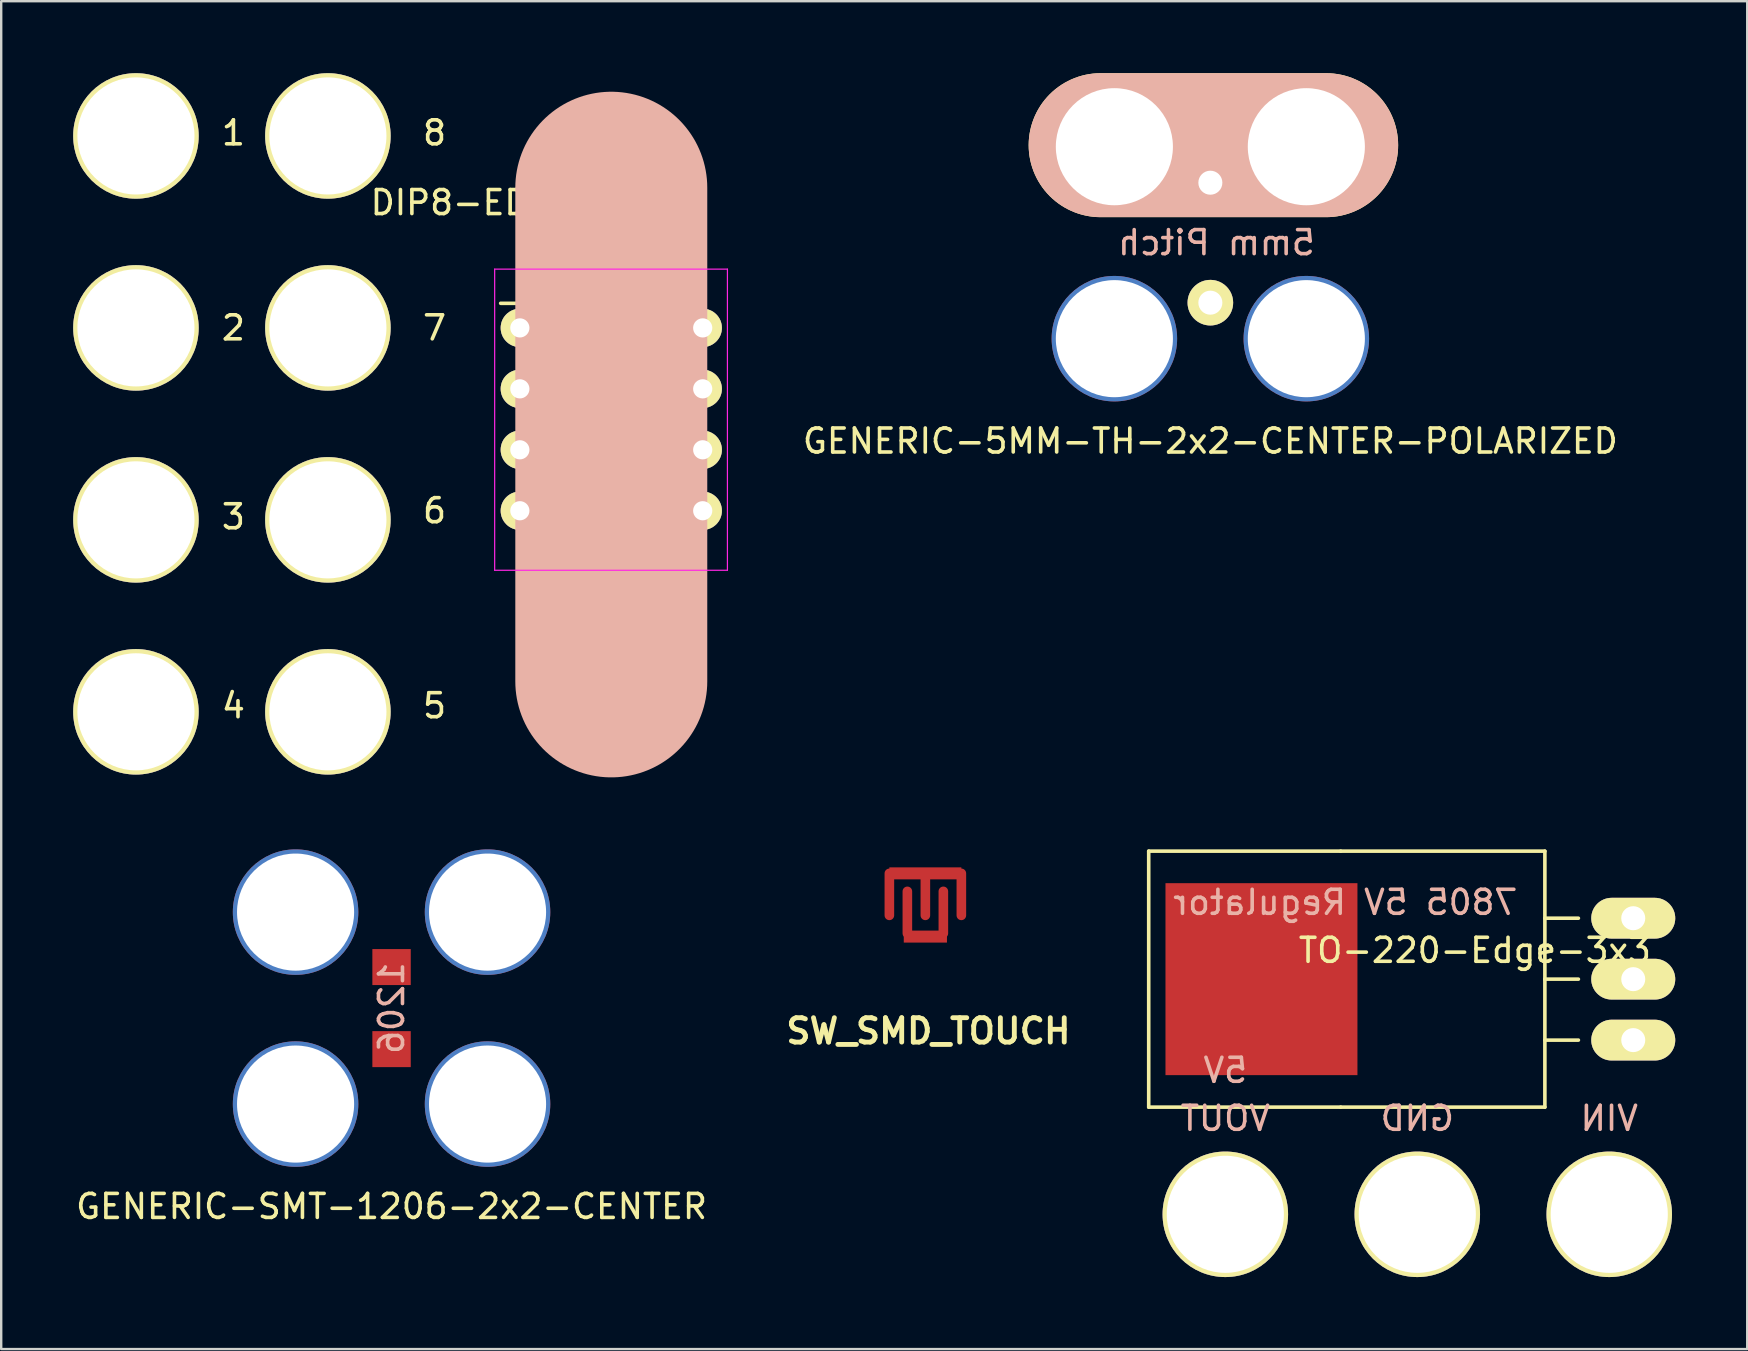
<source format=kicad_pcb>
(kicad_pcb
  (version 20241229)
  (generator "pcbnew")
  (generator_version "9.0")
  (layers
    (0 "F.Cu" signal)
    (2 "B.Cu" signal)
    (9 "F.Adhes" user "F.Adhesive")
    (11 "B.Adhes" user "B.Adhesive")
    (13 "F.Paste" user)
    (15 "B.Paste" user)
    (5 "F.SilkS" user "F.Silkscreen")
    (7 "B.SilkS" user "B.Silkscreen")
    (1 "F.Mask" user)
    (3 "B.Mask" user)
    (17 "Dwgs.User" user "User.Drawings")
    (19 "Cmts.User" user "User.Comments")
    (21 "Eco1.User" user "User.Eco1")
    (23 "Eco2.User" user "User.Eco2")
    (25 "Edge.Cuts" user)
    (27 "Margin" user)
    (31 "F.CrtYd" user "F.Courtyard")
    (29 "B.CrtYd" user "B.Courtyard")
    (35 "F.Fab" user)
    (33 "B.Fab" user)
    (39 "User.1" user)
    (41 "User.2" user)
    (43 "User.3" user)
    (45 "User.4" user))
  (footprint "GENERIC-5MM-TH-2x2-CENTER-POLARIZED"
    (layer "F.Cu")
    (at 47.391 7.064)
    (property "Reference" "GENERIC-5MM-TH-2x2-CENTER-POLARIZED" (at 0 8.267 0) (layer "F.SilkS") (effects (font (size 1 1) (thickness 0.15))))
    (attr through_hole)
    (fp_line (start 4.826 -4.064) (end -4.572 -4.064) (stroke (width 6) (type solid)) (layer "F.SilkS"))
    (fp_line (start 4.826 -4.064) (end -4.572 -4.064) (stroke (width 6) (type solid)) (layer "B.SilkS"))
    (fp_text user "5mm Pitch" (at 0.254 0 0) (layer "B.SilkS") (effects (font (size 1 1) (thickness 0.15)) (justify mirror)))
    (pad "+" thru_hole circle (at -4 -4) (size 5.23 5.23) (drill 4.88) (layers "*.Cu" "*.Mask"))
    (pad "+" thru_hole circle (at 0 -2.5) (size 2 2) (drill 1.001) (layers "*.Cu" "*.Mask" "F.SilkS"))
    (pad "+" thru_hole circle (at 4 -4) (size 5.23 5.23) (drill 4.88) (layers "*.Cu" "*.Mask"))
    (pad "-" thru_hole circle (at -4 4) (size 5.23 5.23) (drill 4.88) (layers "*.Cu" "*.Mask"))
    (pad "-" thru_hole circle (at 0 2.5 270) (size 1.9 1.9) (drill 1.001) (layers "*.Cu" "*.Mask" "F.SilkS"))
    (pad "-" thru_hole circle (at 4 4) (size 5.23 5.23) (drill 4.88) (layers "*.Cu" "*.Mask")))
  (footprint "GENERIC-SMT-1206-2x2-CENTER"
    (layer "F.Cu")
    (at 13.268 38.962)
    (property "Reference" "GENERIC-SMT-1206-2x2-CENTER" (at 0 8.267 0) (layer "F.SilkS") (effects (font (size 1 1) (thickness 0.15))))
    (attr through_hole)
    (fp_text user "1206" (at 0 0 90) (layer "B.SilkS") (effects (font (size 1 1) (thickness 0.15)) (justify mirror)))
    (pad "1" thru_hole circle (at -4 -4) (size 5.23 5.23) (drill 4.88) (layers "*.Cu" "*.Mask"))
    (pad "1" smd rect (at 0 -1.71) (size 1.6 1.5) (layers "F.Cu" "F.Mask" "F.Paste"))
    (pad "1" smd rect (at 0 1.71) (size 1.6 1.5) (layers "F.Cu" "F.Mask" "F.Paste"))
    (pad "1" thru_hole circle (at 4 -4) (size 5.23 5.23) (drill 4.88) (layers "*.Cu" "*.Mask"))
    (pad "2" thru_hole circle (at -4 4) (size 5.23 5.23) (drill 4.88) (layers "*.Cu" "*.Mask"))
    (pad "2" thru_hole circle (at 4 4) (size 5.23 5.23) (drill 4.88) (layers "*.Cu" "*.Mask")))
  (footprint "DIP8-EDGE-4x4"
    (layer "F.Cu")
    (at 18.615 10.615)
    (property "Reference" "DIP8-EDGE-4x4" (at 0 -5.22 0) (layer "F.SilkS") (effects (font (size 1 1) (thickness 0.15))))
    (attr through_hole)
    (fp_line (start 0.135 -2.295) (end 0.135 -1.025) (stroke (width 0.15) (type solid)) (layer "F.SilkS"))
    (fp_line (start 0.135 -2.295) (end 7.485 -2.295) (stroke (width 0.15) (type solid)) (layer "F.SilkS"))
    (fp_line (start 0.135 -1.025) (end -0.8 -1.025) (stroke (width 0.15) (type solid)) (layer "F.SilkS"))
    (fp_line (start 0.135 9.915) (end 0.135 8.645) (stroke (width 0.15) (type solid)) (layer "F.SilkS"))
    (fp_line (start 0.135 9.915) (end 7.485 9.915) (stroke (width 0.15) (type solid)) (layer "F.SilkS"))
    (fp_line (start 7.485 -2.295) (end 7.485 -1.025) (stroke (width 0.15) (type solid)) (layer "F.SilkS"))
    (fp_line (start 7.485 9.915) (end 7.485 8.645) (stroke (width 0.15) (type solid)) (layer "F.SilkS"))
    (fp_line (start 3.81 14.732) (end 3.81 -5.842) (stroke (width 8) (type solid)) (layer "B.SilkS"))
    (fp_line (start -1.05 -2.45) (end -1.05 10.1) (stroke (width 0.05) (type solid)) (layer "F.CrtYd"))
    (fp_line (start -1.05 -2.45) (end 8.65 -2.45) (stroke (width 0.05) (type solid)) (layer "F.CrtYd"))
    (fp_line (start -1.05 10.1) (end 8.65 10.1) (stroke (width 0.05) (type solid)) (layer "F.CrtYd"))
    (fp_line (start 8.65 -2.45) (end 8.65 10.1) (stroke (width 0.05) (type solid)) (layer "F.CrtYd"))
    (fp_text user "1" (at -11.938 -8.128 0) (layer "F.SilkS") (effects (font (size 1 1) (thickness 0.15))))
    (fp_text user "3" (at -11.938 7.874 0) (layer "F.SilkS") (effects (font (size 1 1) (thickness 0.15))))
    (fp_text user "6" (at -3.556 7.62 0) (layer "F.SilkS") (effects (font (size 1 1) (thickness 0.15))))
    (fp_text user "4" (at -11.938 15.748 0) (layer "F.SilkS") (effects (font (size 1 1) (thickness 0.15))))
    (fp_text user "5" (at -3.556 15.748 0) (layer "F.SilkS") (effects (font (size 1 1) (thickness 0.15))))
    (fp_text user "2" (at -11.938 0 0) (layer "F.SilkS") (effects (font (size 1 1) (thickness 0.15))))
    (fp_text user "8" (at -3.556 -8.128 0) (layer "F.SilkS") (effects (font (size 1 1) (thickness 0.15))))
    (fp_text user "7" (at -3.556 0 0) (layer "F.SilkS") (effects (font (size 1 1) (thickness 0.15))))
    (pad "1" thru_hole circle (at -16 -8) (size 5.23 5.23) (drill 4.88) (layers "*.Cu" "*.Mask" "F.SilkS"))
    (pad "1" thru_hole oval (at 0 0) (size 1.6 1.6) (drill 0.8) (layers "*.Cu" "*.Mask" "F.SilkS"))
    (pad "2" thru_hole circle (at -16 0) (size 5.23 5.23) (drill 4.88) (layers "*.Cu" "*.Mask" "F.SilkS"))
    (pad "2" thru_hole oval (at 0 2.54) (size 1.6 1.6) (drill 0.8) (layers "*.Cu" "*.Mask" "F.SilkS"))
    (pad "3" thru_hole circle (at -16 8) (size 5.23 5.23) (drill 4.88) (layers "*.Cu" "*.Mask" "F.SilkS"))
    (pad "3" thru_hole oval (at 0 5.08) (size 1.6 1.6) (drill 0.8) (layers "*.Cu" "*.Mask" "F.SilkS"))
    (pad "4" thru_hole circle (at -16 16) (size 5.23 5.23) (drill 4.88) (layers "*.Cu" "*.Mask" "F.SilkS"))
    (pad "4" thru_hole oval (at 0 7.62) (size 1.6 1.6) (drill 0.8) (layers "*.Cu" "*.Mask" "F.SilkS"))
    (pad "5" thru_hole circle (at -8 16) (size 5.23 5.23) (drill 4.88) (layers "*.Cu" "*.Mask" "F.SilkS"))
    (pad "5" thru_hole oval (at 7.62 7.62) (size 1.6 1.6) (drill 0.8) (layers "*.Cu" "*.Mask" "F.SilkS"))
    (pad "6" thru_hole circle (at -8 8) (size 5.23 5.23) (drill 4.88) (layers "*.Cu" "*.Mask" "F.SilkS"))
    (pad "6" thru_hole oval (at 7.62 5.08) (size 1.6 1.6) (drill 0.8) (layers "*.Cu" "*.Mask" "F.SilkS"))
    (pad "7" thru_hole circle (at -8 0) (size 5.23 5.23) (drill 4.88) (layers "*.Cu" "*.Mask" "F.SilkS"))
    (pad "7" thru_hole oval (at 7.62 2.54) (size 1.6 1.6) (drill 0.8) (layers "*.Cu" "*.Mask" "F.SilkS"))
    (pad "8" thru_hole circle (at -8 -8) (size 5.23 5.23) (drill 4.88) (layers "*.Cu" "*.Mask" "F.SilkS"))
    (pad "8" thru_hole oval (at 7.62 0) (size 1.6 1.6) (drill 0.8) (layers "*.Cu" "*.Mask" "F.SilkS")))
  (footprint "TO-220-Edge-3x3"
    (layer "F.Cu")
    (at 56.015 39.556)
    (property "Reference" "TO-220-Edge-3x3" (at 2.4 -3 0) (layer "F.SilkS") (effects (font (size 1 1) (thickness 0.15))))
    (attr through_hole)
    (fp_line (start -11.193 -7.134) (end -11.193 3.534) (stroke (width 0.15) (type solid)) (layer "F.SilkS"))
    (fp_line (start -11.193 3.534) (end -3.192 3.534) (stroke (width 0.15) (type solid)) (layer "F.SilkS"))
    (fp_line (start -3.192 -7.134) (end -11.193 -7.134) (stroke (width 0.15) (type solid)) (layer "F.SilkS"))
    (fp_line (start -3.192 3.534) (end 5.317 3.534) (stroke (width 0.15) (type solid)) (layer "F.SilkS"))
    (fp_line (start 5.317 -7.134) (end -3.192 -7.134) (stroke (width 0.15) (type solid)) (layer "F.SilkS"))
    (fp_line (start 5.317 -4.34) (end 6.714 -4.34) (stroke (width 0.15) (type solid)) (layer "F.SilkS"))
    (fp_line (start 5.317 -1.8) (end 5.317 -7.134) (stroke (width 0.15) (type solid)) (layer "F.SilkS"))
    (fp_line (start 5.317 -1.8) (end 5.317 3.534) (stroke (width 0.15) (type solid)) (layer "F.SilkS"))
    (fp_line (start 5.317 -1.8) (end 6.714 -1.8) (stroke (width 0.15) (type solid)) (layer "F.SilkS"))
    (fp_line (start 5.317 0.74) (end 6.714 0.74) (stroke (width 0.15) (type solid)) (layer "F.SilkS"))
    (fp_text user "7805 5V Regulator" (at -3 -5 0) (layer "B.SilkS") (effects (font (size 1 1) (thickness 0.15)) (justify mirror)))
    (fp_text user "VOUT" (at -8 4 0) (layer "B.SilkS") (effects (font (size 1 1) (thickness 0.15)) (justify mirror)))
    (fp_text user "5V" (at -8 2 0) (layer "B.SilkS") (effects (font (size 1 1) (thickness 0.15)) (justify mirror)))
    (fp_text user "GND" (at 0 4 0) (layer "B.SilkS") (effects (font (size 1 1) (thickness 0.15)) (justify mirror)))
    (fp_text user "VIN" (at 8 4 0) (layer "B.SilkS") (effects (font (size 1 1) (thickness 0.15)) (justify mirror)))
    (pad "1" thru_hole circle (at 8 8 90) (size 5.23 5.23) (drill 4.88) (layers "*.Cu" "*.Mask" "F.SilkS"))
    (pad "1" thru_hole oval (at 9 0.74 180) (size 3.5 1.699) (drill 1.001) (layers "*.Cu" "*.Mask" "F.SilkS"))
    (pad "2" thru_hole circle (at 0 8 90) (size 5.23 5.23) (drill 4.88) (layers "*.Cu" "*.Mask" "F.SilkS"))
    (pad "2" thru_hole oval (at 9 -1.8 180) (size 3.5 1.699) (drill 1.001) (layers "*.Cu" "*.Mask" "F.SilkS"))
    (pad "3" thru_hole circle (at -8 8 90) (size 5.23 5.23) (drill 4.88) (layers "*.Cu" "*.Mask" "F.SilkS"))
    (pad "3" thru_hole oval (at 9 -4.34 180) (size 3.5 1.699) (drill 1.001) (layers "*.Cu" "*.Mask" "F.SilkS"))
    (pad "GND" smd rect (at -6.494 -1.8 180) (size 8 8) (layers "F.Cu" "F.Mask" "F.Paste")))
  (footprint "SW_SMD_TOUCH"
    (layer "F.Cu")
    (at 35.514 35.347)
    (property "Reference" "SW_SMD_TOUCH" (at 0.127 4.572 0) (layer "F.SilkS") (effects (font (size 1.016 1.016) (thickness 0.203))))
    (attr through_hole)
    (fp_line (start -1.5 -2) (end -1.5 -0.25) (stroke (width 0.4) (type solid)) (layer "F.Cu"))
    (fp_line (start -0.75 -1.25) (end -0.75 0.5) (stroke (width 0.4) (type solid)) (layer "F.Cu"))
    (fp_line (start 0 -2) (end 0 -0.25) (stroke (width 0.4) (type solid)) (layer "F.Cu"))
    (fp_line (start 0.75 0.5) (end 0.75 -1.25) (stroke (width 0.4) (type solid)) (layer "F.Cu"))
    (fp_line (start 1.5 -2) (end 1.5 -0.25) (stroke (width 0.4) (type solid)) (layer "F.Cu"))
    (pad "" smd circle (at 0 -1) (size 4 4) (layers "F.Mask" "F.Paste"))
    (pad "1" smd rect (at 0 -2) (size 3 0.5) (layers "F.Cu" "F.Mask" "F.Paste"))
    (pad "2" smd rect (at 0 0.635) (size 1.8 0.5) (layers "F.Cu" "F.Mask" "F.Paste")))
  (gr_rect
    (start -3 -3)
    (end 69.765 53.171)
    (stroke (width 0.1) (type default))
    (fill no)
    (layer "Edge.Cuts")))
</source>
